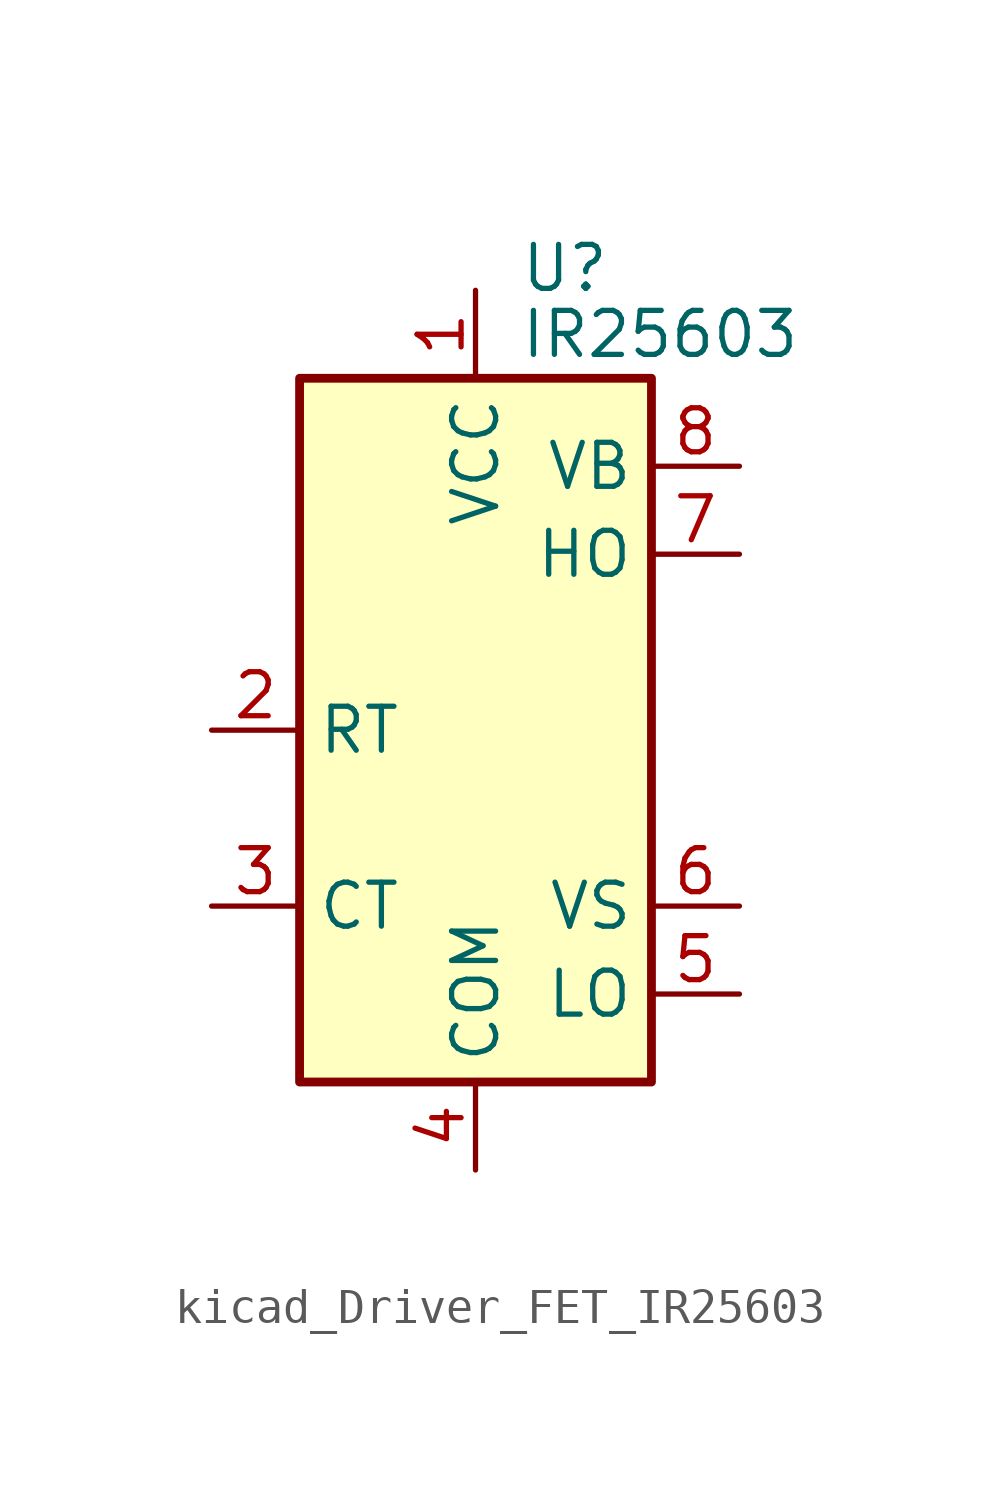
<source format=kicad_sym>
(kicad_symbol_lib
  (version 20220914)
  (generator kicad_symbol_editor)
  (symbol "kicad_Driver_FET_IR25603"
    (property "Reference" "U"
      (at 1.27 13.335 0)
      (effects (font (size 1.27 1.27)) (justify left)))
    (property "Value" "IR25603"
      (at 1.27 11.43 0)
      (effects (font (size 1.27 1.27)) (justify left)))
    (symbol "kicad_Driver_FET_IR25603_0_1"
      (rectangle (start -5.08 -10.16) (end 5.08 10.16) (stroke (width 0.254) (type default)) (fill (type background))))
    (symbol "kicad_Driver_FET_IR25603_1_1"
      (pin power_in line (at 0 12.7 270) (length 2.54) (name "VCC" (effects (font (size 1.27 1.27)))) (number "1" (effects (font (size 1.27 1.27)))))
      (pin passive line (at -7.62 0 0) (length 2.54) (name "RT" (effects (font (size 1.27 1.27)))) (number "2" (effects (font (size 1.27 1.27)))))
      (pin passive line (at -7.62 -5.08 0) (length 2.54) (name "CT" (effects (font (size 1.27 1.27)))) (number "3" (effects (font (size 1.27 1.27)))))
      (pin power_in line (at 0 -12.7 90) (length 2.54) (name "COM" (effects (font (size 1.27 1.27)))) (number "4" (effects (font (size 1.27 1.27)))))
      (pin output line (at 7.62 -7.62 180) (length 2.54) (name "LO" (effects (font (size 1.27 1.27)))) (number "5" (effects (font (size 1.27 1.27)))))
      (pin passive line (at 7.62 -5.08 180) (length 2.54) (name "VS" (effects (font (size 1.27 1.27)))) (number "6" (effects (font (size 1.27 1.27)))))
      (pin output line (at 7.62 5.08 180) (length 2.54) (name "HO" (effects (font (size 1.27 1.27)))) (number "7" (effects (font (size 1.27 1.27)))))
      (pin passive line (at 7.62 7.62 180) (length 2.54) (name "VB" (effects (font (size 1.27 1.27)))) (number "8" (effects (font (size 1.27 1.27))))))))
</source>
